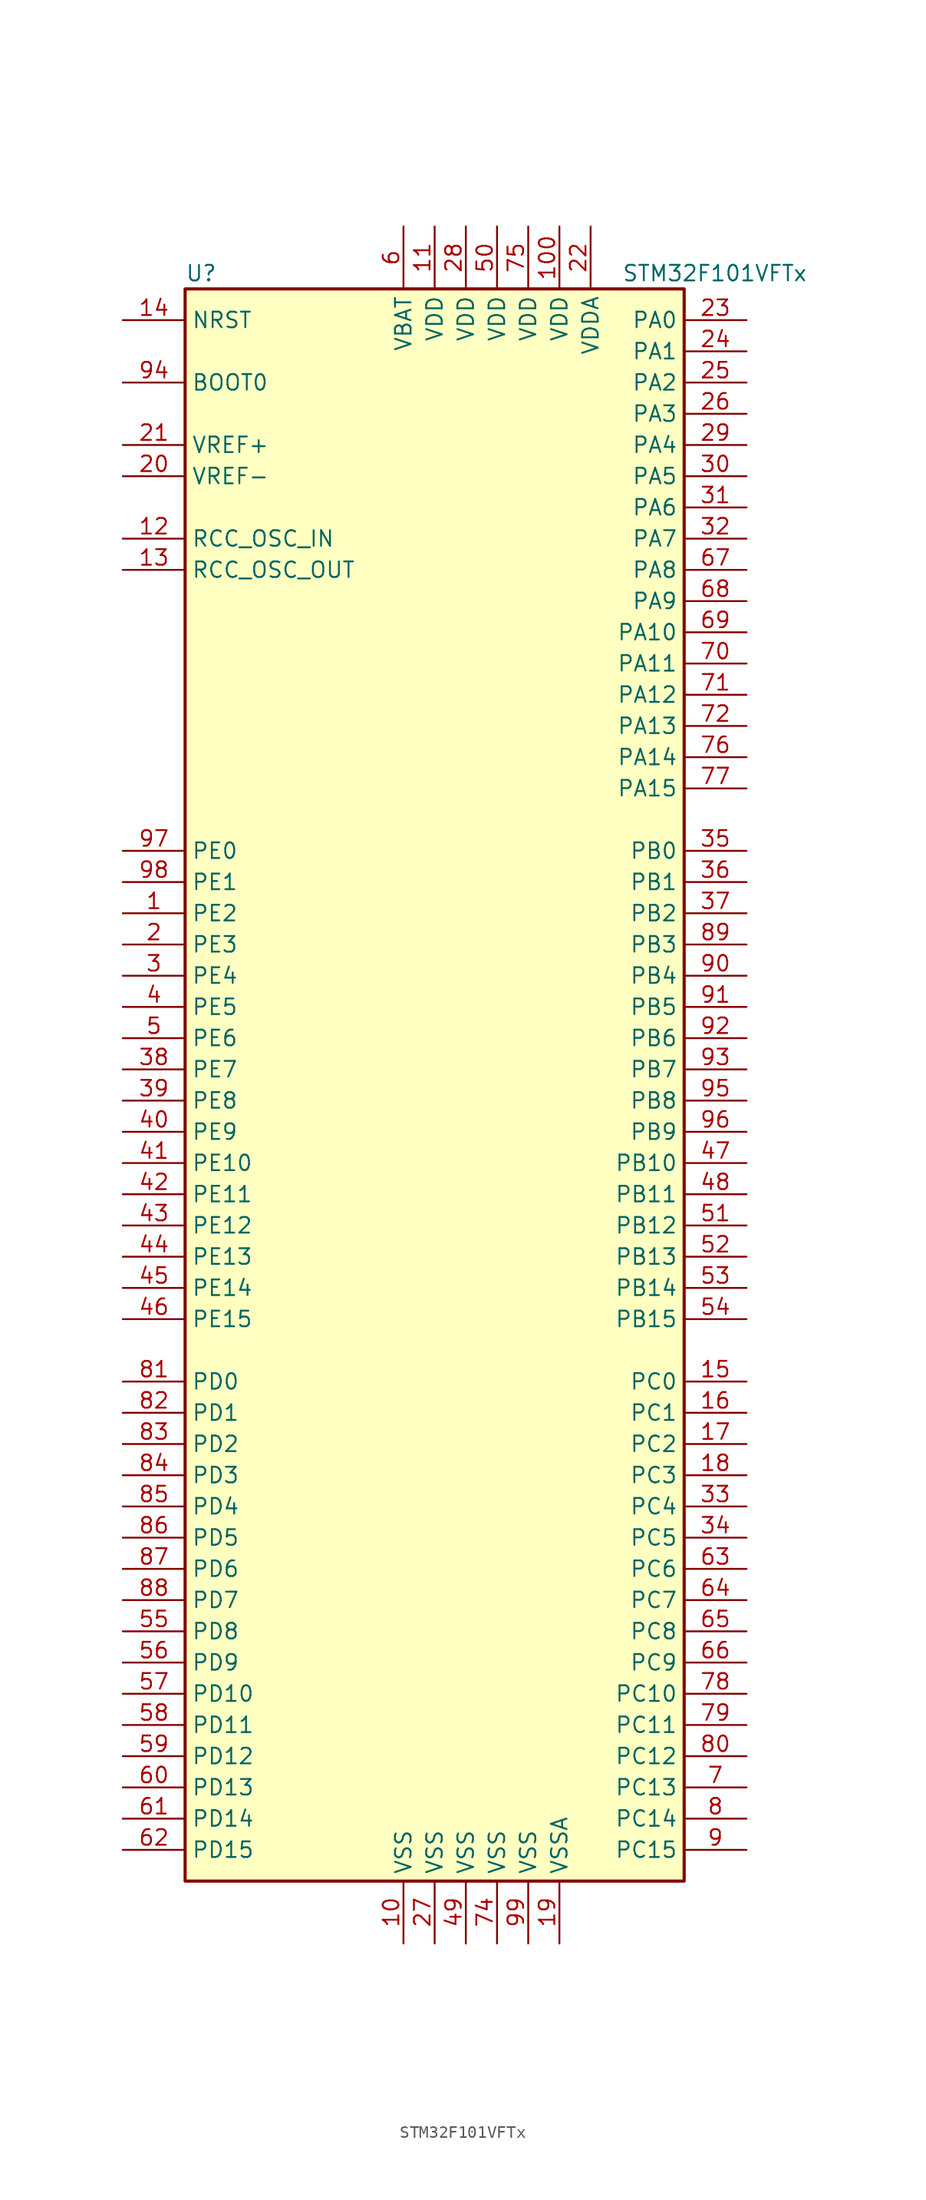
<source format=kicad_sym>
(kicad_symbol_lib
  (version 20200908)
  (generator kicad_symbol_editor)
  (symbol "MCU_ST_STM32F1:STM32F101VFTx"
    (property "Reference" "U"
      (at -20.32 64.77 0)
      (effects (font (size 1.27 1.27)) (justify left)))
    (property "Value" "STM32F101VFTx"
      (at 15.24 64.77 0)
      (effects (font (size 1.27 1.27)) (justify left)))
    (symbol "STM32F101VFTx_0_1"
      (rectangle (start -20.32 -66.04) (end 20.32 63.5) (stroke (width 0.254)) (fill (type background))))
    (symbol "STM32F101VFTx_1_1"
      (pin input line (at -25.4 55.88 0) (length 5.08) (name "BOOT0" (effects (font (size 1.27 1.27)))) (number "94" (effects (font (size 1.27 1.27)))))
      (pin unconnected line (at -20.32 -63.5 0) (length 5.08) hide (name "NC" (effects (font (size 1.27 1.27)))) (number "73" (effects (font (size 1.27 1.27)))))
      (pin input line (at -25.4 60.96 0) (length 5.08) (name "NRST" (effects (font (size 1.27 1.27)))) (number "14" (effects (font (size 1.27 1.27)))))
      (pin bidirectional line (at 25.4 60.96 180) (length 5.08) (name "PA0" (effects (font (size 1.27 1.27)))) (number "23" (effects (font (size 1.27 1.27)))))
      (pin bidirectional line (at 25.4 58.42 180) (length 5.08) (name "PA1" (effects (font (size 1.27 1.27)))) (number "24" (effects (font (size 1.27 1.27)))))
      (pin bidirectional line (at 25.4 35.56 180) (length 5.08) (name "PA10" (effects (font (size 1.27 1.27)))) (number "69" (effects (font (size 1.27 1.27)))))
      (pin bidirectional line (at 25.4 33.02 180) (length 5.08) (name "PA11" (effects (font (size 1.27 1.27)))) (number "70" (effects (font (size 1.27 1.27)))))
      (pin bidirectional line (at 25.4 30.48 180) (length 5.08) (name "PA12" (effects (font (size 1.27 1.27)))) (number "71" (effects (font (size 1.27 1.27)))))
      (pin bidirectional line (at 25.4 27.94 180) (length 5.08) (name "PA13" (effects (font (size 1.27 1.27)))) (number "72" (effects (font (size 1.27 1.27)))))
      (pin bidirectional line (at 25.4 25.4 180) (length 5.08) (name "PA14" (effects (font (size 1.27 1.27)))) (number "76" (effects (font (size 1.27 1.27)))))
      (pin bidirectional line (at 25.4 22.86 180) (length 5.08) (name "PA15" (effects (font (size 1.27 1.27)))) (number "77" (effects (font (size 1.27 1.27)))))
      (pin bidirectional line (at 25.4 55.88 180) (length 5.08) (name "PA2" (effects (font (size 1.27 1.27)))) (number "25" (effects (font (size 1.27 1.27)))))
      (pin bidirectional line (at 25.4 53.34 180) (length 5.08) (name "PA3" (effects (font (size 1.27 1.27)))) (number "26" (effects (font (size 1.27 1.27)))))
      (pin bidirectional line (at 25.4 50.8 180) (length 5.08) (name "PA4" (effects (font (size 1.27 1.27)))) (number "29" (effects (font (size 1.27 1.27)))))
      (pin bidirectional line (at 25.4 48.26 180) (length 5.08) (name "PA5" (effects (font (size 1.27 1.27)))) (number "30" (effects (font (size 1.27 1.27)))))
      (pin bidirectional line (at 25.4 45.72 180) (length 5.08) (name "PA6" (effects (font (size 1.27 1.27)))) (number "31" (effects (font (size 1.27 1.27)))))
      (pin bidirectional line (at 25.4 43.18 180) (length 5.08) (name "PA7" (effects (font (size 1.27 1.27)))) (number "32" (effects (font (size 1.27 1.27)))))
      (pin bidirectional line (at 25.4 40.64 180) (length 5.08) (name "PA8" (effects (font (size 1.27 1.27)))) (number "67" (effects (font (size 1.27 1.27)))))
      (pin bidirectional line (at 25.4 38.1 180) (length 5.08) (name "PA9" (effects (font (size 1.27 1.27)))) (number "68" (effects (font (size 1.27 1.27)))))
      (pin bidirectional line (at 25.4 17.78 180) (length 5.08) (name "PB0" (effects (font (size 1.27 1.27)))) (number "35" (effects (font (size 1.27 1.27)))))
      (pin bidirectional line (at 25.4 15.24 180) (length 5.08) (name "PB1" (effects (font (size 1.27 1.27)))) (number "36" (effects (font (size 1.27 1.27)))))
      (pin bidirectional line (at 25.4 -7.62 180) (length 5.08) (name "PB10" (effects (font (size 1.27 1.27)))) (number "47" (effects (font (size 1.27 1.27)))))
      (pin bidirectional line (at 25.4 -10.16 180) (length 5.08) (name "PB11" (effects (font (size 1.27 1.27)))) (number "48" (effects (font (size 1.27 1.27)))))
      (pin bidirectional line (at 25.4 -12.7 180) (length 5.08) (name "PB12" (effects (font (size 1.27 1.27)))) (number "51" (effects (font (size 1.27 1.27)))))
      (pin bidirectional line (at 25.4 -15.24 180) (length 5.08) (name "PB13" (effects (font (size 1.27 1.27)))) (number "52" (effects (font (size 1.27 1.27)))))
      (pin bidirectional line (at 25.4 -17.78 180) (length 5.08) (name "PB14" (effects (font (size 1.27 1.27)))) (number "53" (effects (font (size 1.27 1.27)))))
      (pin bidirectional line (at 25.4 -20.32 180) (length 5.08) (name "PB15" (effects (font (size 1.27 1.27)))) (number "54" (effects (font (size 1.27 1.27)))))
      (pin bidirectional line (at 25.4 12.7 180) (length 5.08) (name "PB2" (effects (font (size 1.27 1.27)))) (number "37" (effects (font (size 1.27 1.27)))))
      (pin bidirectional line (at 25.4 10.16 180) (length 5.08) (name "PB3" (effects (font (size 1.27 1.27)))) (number "89" (effects (font (size 1.27 1.27)))))
      (pin bidirectional line (at 25.4 7.62 180) (length 5.08) (name "PB4" (effects (font (size 1.27 1.27)))) (number "90" (effects (font (size 1.27 1.27)))))
      (pin bidirectional line (at 25.4 5.08 180) (length 5.08) (name "PB5" (effects (font (size 1.27 1.27)))) (number "91" (effects (font (size 1.27 1.27)))))
      (pin bidirectional line (at 25.4 2.54 180) (length 5.08) (name "PB6" (effects (font (size 1.27 1.27)))) (number "92" (effects (font (size 1.27 1.27)))))
      (pin bidirectional line (at 25.4 0 180) (length 5.08) (name "PB7" (effects (font (size 1.27 1.27)))) (number "93" (effects (font (size 1.27 1.27)))))
      (pin bidirectional line (at 25.4 -2.54 180) (length 5.08) (name "PB8" (effects (font (size 1.27 1.27)))) (number "95" (effects (font (size 1.27 1.27)))))
      (pin bidirectional line (at 25.4 -5.08 180) (length 5.08) (name "PB9" (effects (font (size 1.27 1.27)))) (number "96" (effects (font (size 1.27 1.27)))))
      (pin bidirectional line (at 25.4 -25.4 180) (length 5.08) (name "PC0" (effects (font (size 1.27 1.27)))) (number "15" (effects (font (size 1.27 1.27)))))
      (pin bidirectional line (at 25.4 -27.94 180) (length 5.08) (name "PC1" (effects (font (size 1.27 1.27)))) (number "16" (effects (font (size 1.27 1.27)))))
      (pin bidirectional line (at 25.4 -50.8 180) (length 5.08) (name "PC10" (effects (font (size 1.27 1.27)))) (number "78" (effects (font (size 1.27 1.27)))))
      (pin bidirectional line (at 25.4 -53.34 180) (length 5.08) (name "PC11" (effects (font (size 1.27 1.27)))) (number "79" (effects (font (size 1.27 1.27)))))
      (pin bidirectional line (at 25.4 -55.88 180) (length 5.08) (name "PC12" (effects (font (size 1.27 1.27)))) (number "80" (effects (font (size 1.27 1.27)))))
      (pin bidirectional line (at 25.4 -58.42 180) (length 5.08) (name "PC13" (effects (font (size 1.27 1.27)))) (number "7" (effects (font (size 1.27 1.27)))))
      (pin bidirectional line (at 25.4 -60.96 180) (length 5.08) (name "PC14" (effects (font (size 1.27 1.27)))) (number "8" (effects (font (size 1.27 1.27)))))
      (pin bidirectional line (at 25.4 -63.5 180) (length 5.08) (name "PC15" (effects (font (size 1.27 1.27)))) (number "9" (effects (font (size 1.27 1.27)))))
      (pin bidirectional line (at 25.4 -30.48 180) (length 5.08) (name "PC2" (effects (font (size 1.27 1.27)))) (number "17" (effects (font (size 1.27 1.27)))))
      (pin bidirectional line (at 25.4 -33.02 180) (length 5.08) (name "PC3" (effects (font (size 1.27 1.27)))) (number "18" (effects (font (size 1.27 1.27)))))
      (pin bidirectional line (at 25.4 -35.56 180) (length 5.08) (name "PC4" (effects (font (size 1.27 1.27)))) (number "33" (effects (font (size 1.27 1.27)))))
      (pin bidirectional line (at 25.4 -38.1 180) (length 5.08) (name "PC5" (effects (font (size 1.27 1.27)))) (number "34" (effects (font (size 1.27 1.27)))))
      (pin bidirectional line (at 25.4 -40.64 180) (length 5.08) (name "PC6" (effects (font (size 1.27 1.27)))) (number "63" (effects (font (size 1.27 1.27)))))
      (pin bidirectional line (at 25.4 -43.18 180) (length 5.08) (name "PC7" (effects (font (size 1.27 1.27)))) (number "64" (effects (font (size 1.27 1.27)))))
      (pin bidirectional line (at 25.4 -45.72 180) (length 5.08) (name "PC8" (effects (font (size 1.27 1.27)))) (number "65" (effects (font (size 1.27 1.27)))))
      (pin bidirectional line (at 25.4 -48.26 180) (length 5.08) (name "PC9" (effects (font (size 1.27 1.27)))) (number "66" (effects (font (size 1.27 1.27)))))
      (pin bidirectional line (at -25.4 -25.4 0) (length 5.08) (name "PD0" (effects (font (size 1.27 1.27)))) (number "81" (effects (font (size 1.27 1.27)))))
      (pin bidirectional line (at -25.4 -27.94 0) (length 5.08) (name "PD1" (effects (font (size 1.27 1.27)))) (number "82" (effects (font (size 1.27 1.27)))))
      (pin bidirectional line (at -25.4 -50.8 0) (length 5.08) (name "PD10" (effects (font (size 1.27 1.27)))) (number "57" (effects (font (size 1.27 1.27)))))
      (pin bidirectional line (at -25.4 -53.34 0) (length 5.08) (name "PD11" (effects (font (size 1.27 1.27)))) (number "58" (effects (font (size 1.27 1.27)))))
      (pin bidirectional line (at -25.4 -55.88 0) (length 5.08) (name "PD12" (effects (font (size 1.27 1.27)))) (number "59" (effects (font (size 1.27 1.27)))))
      (pin bidirectional line (at -25.4 -58.42 0) (length 5.08) (name "PD13" (effects (font (size 1.27 1.27)))) (number "60" (effects (font (size 1.27 1.27)))))
      (pin bidirectional line (at -25.4 -60.96 0) (length 5.08) (name "PD14" (effects (font (size 1.27 1.27)))) (number "61" (effects (font (size 1.27 1.27)))))
      (pin bidirectional line (at -25.4 -63.5 0) (length 5.08) (name "PD15" (effects (font (size 1.27 1.27)))) (number "62" (effects (font (size 1.27 1.27)))))
      (pin bidirectional line (at -25.4 -30.48 0) (length 5.08) (name "PD2" (effects (font (size 1.27 1.27)))) (number "83" (effects (font (size 1.27 1.27)))))
      (pin bidirectional line (at -25.4 -33.02 0) (length 5.08) (name "PD3" (effects (font (size 1.27 1.27)))) (number "84" (effects (font (size 1.27 1.27)))))
      (pin bidirectional line (at -25.4 -35.56 0) (length 5.08) (name "PD4" (effects (font (size 1.27 1.27)))) (number "85" (effects (font (size 1.27 1.27)))))
      (pin bidirectional line (at -25.4 -38.1 0) (length 5.08) (name "PD5" (effects (font (size 1.27 1.27)))) (number "86" (effects (font (size 1.27 1.27)))))
      (pin bidirectional line (at -25.4 -40.64 0) (length 5.08) (name "PD6" (effects (font (size 1.27 1.27)))) (number "87" (effects (font (size 1.27 1.27)))))
      (pin bidirectional line (at -25.4 -43.18 0) (length 5.08) (name "PD7" (effects (font (size 1.27 1.27)))) (number "88" (effects (font (size 1.27 1.27)))))
      (pin bidirectional line (at -25.4 -45.72 0) (length 5.08) (name "PD8" (effects (font (size 1.27 1.27)))) (number "55" (effects (font (size 1.27 1.27)))))
      (pin bidirectional line (at -25.4 -48.26 0) (length 5.08) (name "PD9" (effects (font (size 1.27 1.27)))) (number "56" (effects (font (size 1.27 1.27)))))
      (pin bidirectional line (at -25.4 17.78 0) (length 5.08) (name "PE0" (effects (font (size 1.27 1.27)))) (number "97" (effects (font (size 1.27 1.27)))))
      (pin bidirectional line (at -25.4 15.24 0) (length 5.08) (name "PE1" (effects (font (size 1.27 1.27)))) (number "98" (effects (font (size 1.27 1.27)))))
      (pin bidirectional line (at -25.4 -7.62 0) (length 5.08) (name "PE10" (effects (font (size 1.27 1.27)))) (number "41" (effects (font (size 1.27 1.27)))))
      (pin bidirectional line (at -25.4 -10.16 0) (length 5.08) (name "PE11" (effects (font (size 1.27 1.27)))) (number "42" (effects (font (size 1.27 1.27)))))
      (pin bidirectional line (at -25.4 -12.7 0) (length 5.08) (name "PE12" (effects (font (size 1.27 1.27)))) (number "43" (effects (font (size 1.27 1.27)))))
      (pin bidirectional line (at -25.4 -15.24 0) (length 5.08) (name "PE13" (effects (font (size 1.27 1.27)))) (number "44" (effects (font (size 1.27 1.27)))))
      (pin bidirectional line (at -25.4 -17.78 0) (length 5.08) (name "PE14" (effects (font (size 1.27 1.27)))) (number "45" (effects (font (size 1.27 1.27)))))
      (pin bidirectional line (at -25.4 -20.32 0) (length 5.08) (name "PE15" (effects (font (size 1.27 1.27)))) (number "46" (effects (font (size 1.27 1.27)))))
      (pin bidirectional line (at -25.4 12.7 0) (length 5.08) (name "PE2" (effects (font (size 1.27 1.27)))) (number "1" (effects (font (size 1.27 1.27)))))
      (pin bidirectional line (at -25.4 10.16 0) (length 5.08) (name "PE3" (effects (font (size 1.27 1.27)))) (number "2" (effects (font (size 1.27 1.27)))))
      (pin bidirectional line (at -25.4 7.62 0) (length 5.08) (name "PE4" (effects (font (size 1.27 1.27)))) (number "3" (effects (font (size 1.27 1.27)))))
      (pin bidirectional line (at -25.4 5.08 0) (length 5.08) (name "PE5" (effects (font (size 1.27 1.27)))) (number "4" (effects (font (size 1.27 1.27)))))
      (pin bidirectional line (at -25.4 2.54 0) (length 5.08) (name "PE6" (effects (font (size 1.27 1.27)))) (number "5" (effects (font (size 1.27 1.27)))))
      (pin bidirectional line (at -25.4 0 0) (length 5.08) (name "PE7" (effects (font (size 1.27 1.27)))) (number "38" (effects (font (size 1.27 1.27)))))
      (pin bidirectional line (at -25.4 -2.54 0) (length 5.08) (name "PE8" (effects (font (size 1.27 1.27)))) (number "39" (effects (font (size 1.27 1.27)))))
      (pin bidirectional line (at -25.4 -5.08 0) (length 5.08) (name "PE9" (effects (font (size 1.27 1.27)))) (number "40" (effects (font (size 1.27 1.27)))))
      (pin input line (at -25.4 43.18 0) (length 5.08) (name "RCC_OSC_IN" (effects (font (size 1.27 1.27)))) (number "12" (effects (font (size 1.27 1.27)))))
      (pin input line (at -25.4 40.64 0) (length 5.08) (name "RCC_OSC_OUT" (effects (font (size 1.27 1.27)))) (number "13" (effects (font (size 1.27 1.27)))))
      (pin power_in line (at -2.54 68.58 270) (length 5.08) (name "VBAT" (effects (font (size 1.27 1.27)))) (number "6" (effects (font (size 1.27 1.27)))))
      (pin power_in line (at 10.16 68.58 270) (length 5.08) (name "VDD" (effects (font (size 1.27 1.27)))) (number "100" (effects (font (size 1.27 1.27)))))
      (pin power_in line (at 0 68.58 270) (length 5.08) (name "VDD" (effects (font (size 1.27 1.27)))) (number "11" (effects (font (size 1.27 1.27)))))
      (pin power_in line (at 2.54 68.58 270) (length 5.08) (name "VDD" (effects (font (size 1.27 1.27)))) (number "28" (effects (font (size 1.27 1.27)))))
      (pin power_in line (at 5.08 68.58 270) (length 5.08) (name "VDD" (effects (font (size 1.27 1.27)))) (number "50" (effects (font (size 1.27 1.27)))))
      (pin power_in line (at 7.62 68.58 270) (length 5.08) (name "VDD" (effects (font (size 1.27 1.27)))) (number "75" (effects (font (size 1.27 1.27)))))
      (pin power_in line (at 12.7 68.58 270) (length 5.08) (name "VDDA" (effects (font (size 1.27 1.27)))) (number "22" (effects (font (size 1.27 1.27)))))
      (pin power_in line (at -25.4 50.8 0) (length 5.08) (name "VREF+" (effects (font (size 1.27 1.27)))) (number "21" (effects (font (size 1.27 1.27)))))
      (pin power_in line (at -25.4 48.26 0) (length 5.08) (name "VREF-" (effects (font (size 1.27 1.27)))) (number "20" (effects (font (size 1.27 1.27)))))
      (pin power_in line (at -2.54 -71.12 90) (length 5.08) (name "VSS" (effects (font (size 1.27 1.27)))) (number "10" (effects (font (size 1.27 1.27)))))
      (pin power_in line (at 0 -71.12 90) (length 5.08) (name "VSS" (effects (font (size 1.27 1.27)))) (number "27" (effects (font (size 1.27 1.27)))))
      (pin power_in line (at 2.54 -71.12 90) (length 5.08) (name "VSS" (effects (font (size 1.27 1.27)))) (number "49" (effects (font (size 1.27 1.27)))))
      (pin power_in line (at 5.08 -71.12 90) (length 5.08) (name "VSS" (effects (font (size 1.27 1.27)))) (number "74" (effects (font (size 1.27 1.27)))))
      (pin power_in line (at 7.62 -71.12 90) (length 5.08) (name "VSS" (effects (font (size 1.27 1.27)))) (number "99" (effects (font (size 1.27 1.27)))))
      (pin power_in line (at 10.16 -71.12 90) (length 5.08) (name "VSSA" (effects (font (size 1.27 1.27)))) (number "19" (effects (font (size 1.27 1.27))))))))
</source>
